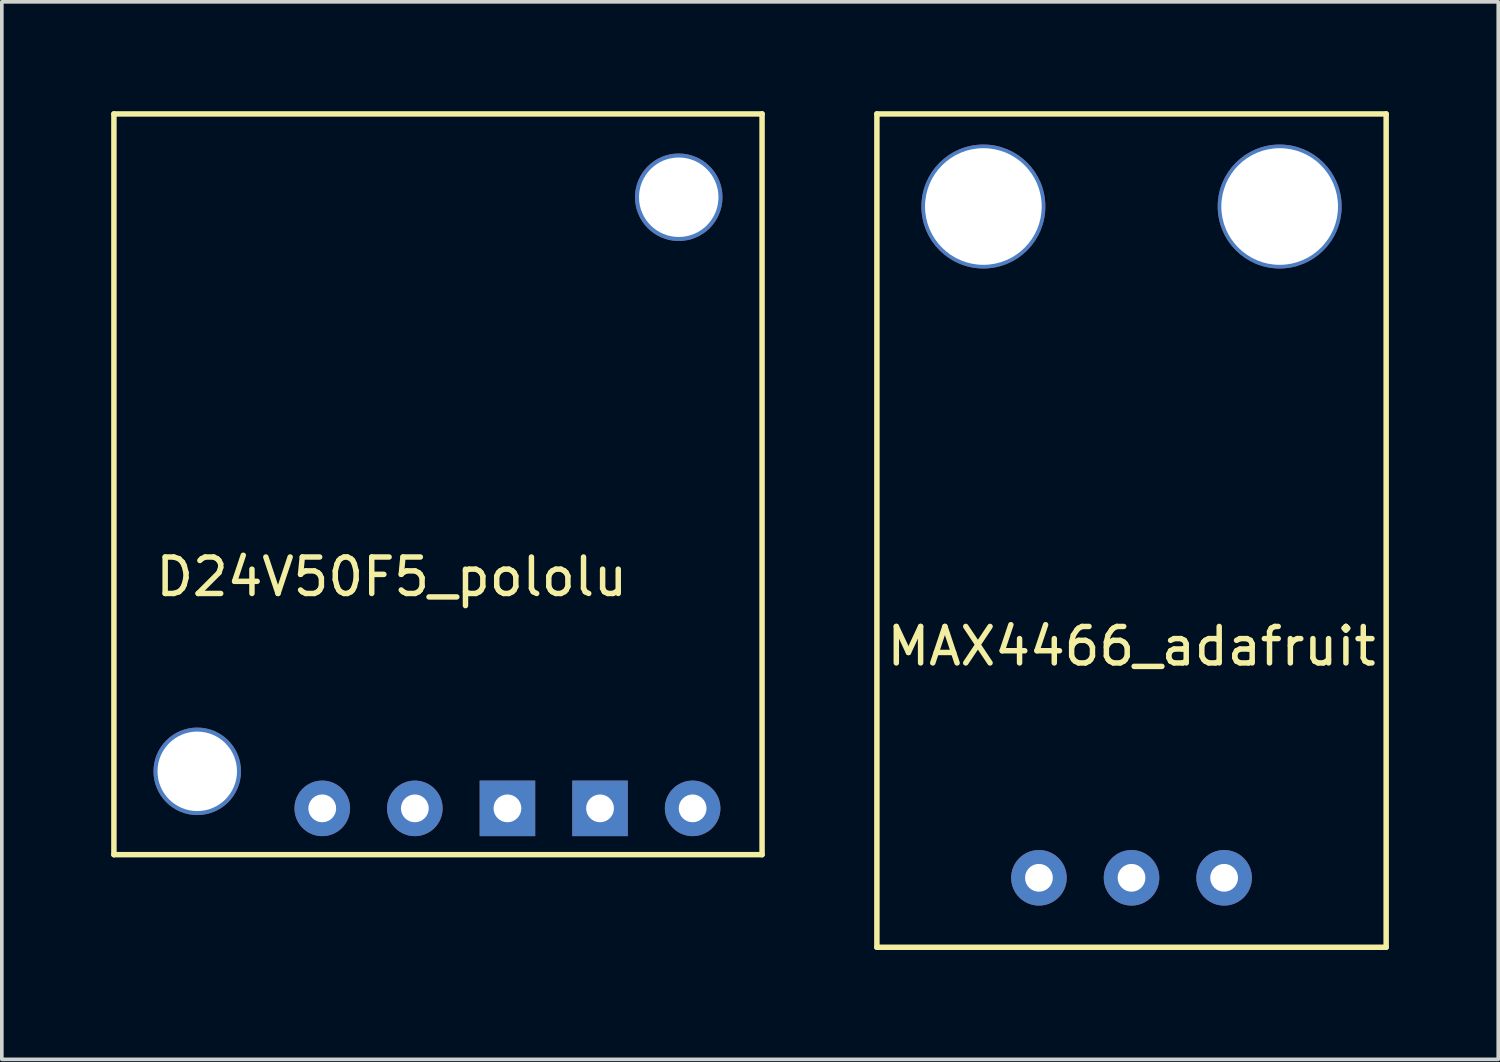
<source format=kicad_pcb>
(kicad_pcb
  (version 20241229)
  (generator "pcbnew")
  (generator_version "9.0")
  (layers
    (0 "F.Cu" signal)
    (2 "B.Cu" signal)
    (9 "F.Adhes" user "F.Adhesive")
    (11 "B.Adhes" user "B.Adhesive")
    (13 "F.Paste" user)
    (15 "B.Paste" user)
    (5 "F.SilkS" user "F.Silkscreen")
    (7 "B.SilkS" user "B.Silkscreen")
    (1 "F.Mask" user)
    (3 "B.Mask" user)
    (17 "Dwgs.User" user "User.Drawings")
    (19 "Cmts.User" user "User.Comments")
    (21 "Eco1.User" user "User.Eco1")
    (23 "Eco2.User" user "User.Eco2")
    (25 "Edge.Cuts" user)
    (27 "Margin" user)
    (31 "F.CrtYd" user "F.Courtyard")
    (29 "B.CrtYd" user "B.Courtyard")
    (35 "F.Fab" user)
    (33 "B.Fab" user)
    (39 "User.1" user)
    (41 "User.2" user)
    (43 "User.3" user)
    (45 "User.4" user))
  (footprint "D24V50F5_pololu"
    (layer "F.Cu")
    (at 7.695 10.235)
    (property "Reference" "D24V50F5_pololu" (at 0 2.54 0) (layer "F.SilkS") (effects (font (size 1 1) (thickness 0.15))))
    (attr through_hole)
    (fp_line (start -7.62 -10.16) (end -7.62 10.16) (stroke (width 0.15) (type solid)) (layer "F.SilkS"))
    (fp_line (start -7.62 10.16) (end 10.16 10.16) (stroke (width 0.15) (type solid)) (layer "F.SilkS"))
    (fp_line (start 10.16 -10.16) (end -7.62 -10.16) (stroke (width 0.15) (type solid)) (layer "F.SilkS"))
    (fp_line (start 10.16 10.16) (end 10.16 -10.16) (stroke (width 0.15) (type solid)) (layer "F.SilkS"))
    (pad "" thru_hole circle (at -5.334 7.874) (size 2.4 2.4) (drill 2.18) (layers "*.Cu" "*.Mask"))
    (pad "" thru_hole circle (at 7.874 -7.874) (size 2.4 2.4) (drill 2.18) (layers "*.Cu" "*.Mask"))
    (pad "1" thru_hole circle (at -1.905 8.89) (size 1.524 1.524) (drill 0.762) (layers "*.Cu" "*.Mask"))
    (pad "2" thru_hole circle (at 0.635 8.89) (size 1.524 1.524) (drill 0.762) (layers "*.Cu" "*.Mask"))
    (pad "3" thru_hole rect (at 3.175 8.89) (size 1.524 1.524) (drill 0.762) (layers "*.Cu" "*.Mask"))
    (pad "4" thru_hole rect (at 5.715 8.89) (size 1.524 1.524) (drill 0.762) (layers "*.Cu" "*.Mask"))
    (pad "5" thru_hole circle (at 8.255 8.89) (size 1.524 1.524) (drill 0.762) (layers "*.Cu" "*.Mask")))
  (footprint "MAX4466_adafruit"
    (layer "F.Cu")
    (at 27.99 17.22)
    (property "Reference" "MAX4466_adafruit" (at 0 -2.54 0) (layer "F.SilkS") (effects (font (size 1 1) (thickness 0.15))))
    (attr through_hole)
    (fp_line (start -6.985 -17.145) (end -6.985 5.715) (stroke (width 0.15) (type solid)) (layer "F.SilkS"))
    (fp_line (start -6.985 5.715) (end 6.985 5.715) (stroke (width 0.15) (type solid)) (layer "F.SilkS"))
    (fp_line (start 6.985 -17.145) (end -6.985 -17.145) (stroke (width 0.15) (type solid)) (layer "F.SilkS"))
    (fp_line (start 6.985 5.715) (end 6.985 -17.145) (stroke (width 0.15) (type solid)) (layer "F.SilkS"))
    (pad "" thru_hole circle (at -4.064 -14.605) (size 3.4 3.4) (drill 3.2) (layers "*.Cu" "*.Mask"))
    (pad "" thru_hole circle (at 4.064 -14.605) (size 3.4 3.4) (drill 3.2) (layers "*.Cu" "*.Mask"))
    (pad "1" thru_hole circle (at 2.54 3.81) (size 1.524 1.524) (drill 0.762) (layers "*.Cu" "*.Mask"))
    (pad "2" thru_hole circle (at 0 3.81) (size 1.524 1.524) (drill 0.762) (layers "*.Cu" "*.Mask"))
    (pad "3" thru_hole circle (at -2.54 3.81) (size 1.524 1.524) (drill 0.762) (layers "*.Cu" "*.Mask")))
  (gr_rect
    (start -3 -3)
    (end 38.05 26.01)
    (stroke (width 0.1) (type default))
    (fill no)
    (layer "Edge.Cuts")))
</source>
